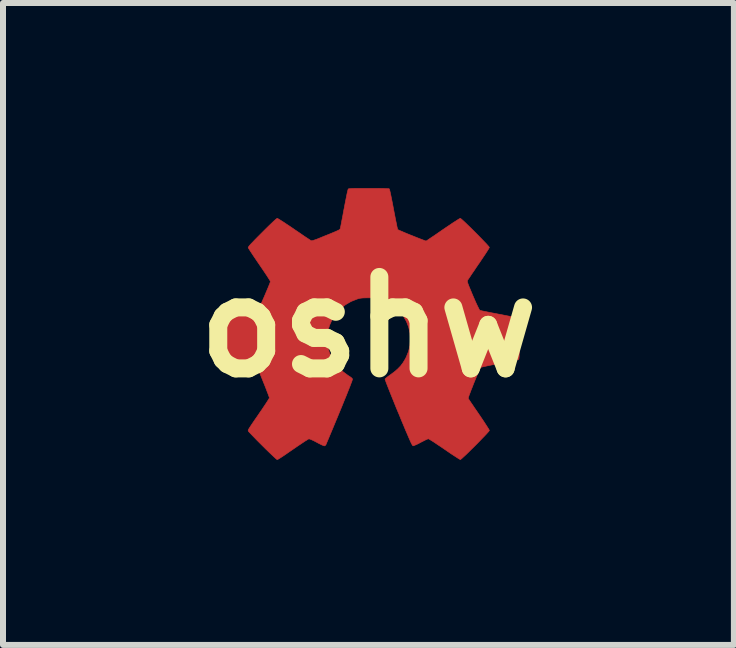
<source format=kicad_pcb>
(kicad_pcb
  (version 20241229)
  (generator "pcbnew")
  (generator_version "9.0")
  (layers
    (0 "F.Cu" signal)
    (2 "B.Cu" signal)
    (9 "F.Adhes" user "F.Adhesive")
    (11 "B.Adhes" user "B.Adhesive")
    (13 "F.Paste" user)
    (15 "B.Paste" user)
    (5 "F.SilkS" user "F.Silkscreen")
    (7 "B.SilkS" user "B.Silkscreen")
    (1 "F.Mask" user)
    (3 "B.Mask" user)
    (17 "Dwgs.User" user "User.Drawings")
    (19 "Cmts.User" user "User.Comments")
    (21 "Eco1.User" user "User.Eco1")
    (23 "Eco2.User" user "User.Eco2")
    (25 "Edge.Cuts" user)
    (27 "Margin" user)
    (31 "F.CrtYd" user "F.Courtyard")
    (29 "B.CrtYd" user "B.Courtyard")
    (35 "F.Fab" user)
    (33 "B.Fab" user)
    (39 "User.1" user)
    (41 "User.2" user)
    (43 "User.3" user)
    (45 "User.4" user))
  (footprint "oshw"
    (layer "F.Cu")
    (at 3.092 2.401)
    (property "Reference" "oshw" (at 0 0 0) (layer "F.SilkS") (effects (font (size 1.524 1.524) (thickness 0.3))))
    (attr through_hole)
    (fp_poly (pts (xy 0.077 -2.311) (xy 0.145 -2.311) (xy 0.207 -2.31) (xy 0.259 -2.309) (xy 0.301 -2.307) (xy 0.33 -2.306) (xy 0.344 -2.305) (xy 0.345 -2.304) (xy 0.35 -2.294) (xy 0.357 -2.269) (xy 0.366 -2.229) (xy 0.377 -2.176) (xy 0.39 -2.111) (xy 0.405 -2.035) (xy 0.418 -1.965) (xy 0.432 -1.892) (xy 0.445 -1.825) (xy 0.457 -1.764) (xy 0.468 -1.712) (xy 0.476 -1.67) (xy 0.483 -1.641) (xy 0.487 -1.627) (xy 0.488 -1.625) (xy 0.498 -1.619) (xy 0.522 -1.608) (xy 0.556 -1.594) (xy 0.599 -1.575) (xy 0.647 -1.555) (xy 0.699 -1.534) (xy 0.752 -1.513) (xy 0.804 -1.492) (xy 0.852 -1.473) (xy 0.895 -1.457) (xy 0.928 -1.444) (xy 0.951 -1.436) (xy 0.961 -1.434) (xy 0.961 -1.434) (xy 0.97 -1.439) (xy 0.991 -1.453) (xy 1.023 -1.475) (xy 1.065 -1.503) (xy 1.114 -1.536) (xy 1.169 -1.574) (xy 1.228 -1.615) (xy 1.243 -1.625) (xy 1.303 -1.666) (xy 1.36 -1.704) (xy 1.411 -1.739) (xy 1.456 -1.767) (xy 1.491 -1.79) (xy 1.516 -1.805) (xy 1.529 -1.812) (xy 1.53 -1.812) (xy 1.54 -1.806) (xy 1.559 -1.79) (xy 1.588 -1.764) (xy 1.623 -1.731) (xy 1.663 -1.692) (xy 1.708 -1.649) (xy 1.754 -1.603) (xy 1.801 -1.556) (xy 1.847 -1.509) (xy 1.891 -1.464) (xy 1.93 -1.423) (xy 1.964 -1.388) (xy 1.99 -1.359) (xy 2.008 -1.338) (xy 2.015 -1.327) (xy 2.015 -1.327) (xy 2.01 -1.317) (xy 1.997 -1.294) (xy 1.976 -1.261) (xy 1.949 -1.219) (xy 1.916 -1.17) (xy 1.879 -1.115) (xy 1.839 -1.055) (xy 1.836 -1.052) (xy 1.795 -0.992) (xy 1.758 -0.936) (xy 1.723 -0.886) (xy 1.695 -0.843) (xy 1.672 -0.809) (xy 1.656 -0.786) (xy 1.649 -0.774) (xy 1.649 -0.774) (xy 1.648 -0.766) (xy 1.65 -0.753) (xy 1.655 -0.733) (xy 1.665 -0.705) (xy 1.68 -0.667) (xy 1.701 -0.617) (xy 1.727 -0.554) (xy 1.741 -0.521) (xy 1.768 -0.459) (xy 1.793 -0.402) (xy 1.815 -0.355) (xy 1.834 -0.317) (xy 1.847 -0.291) (xy 1.855 -0.279) (xy 1.856 -0.278) (xy 1.868 -0.275) (xy 1.894 -0.269) (xy 1.933 -0.261) (xy 1.983 -0.251) (xy 2.041 -0.239) (xy 2.107 -0.227) (xy 2.178 -0.213) (xy 2.186 -0.212) (xy 2.267 -0.196) (xy 2.338 -0.182) (xy 2.399 -0.17) (xy 2.447 -0.159) (xy 2.482 -0.151) (xy 2.503 -0.145) (xy 2.507 -0.142) (xy 2.509 -0.132) (xy 2.51 -0.106) (xy 2.512 -0.067) (xy 2.513 -0.017) (xy 2.514 0.043) (xy 2.514 0.109) (xy 2.514 0.182) (xy 2.514 0.2) (xy 2.514 0.286) (xy 2.514 0.356) (xy 2.514 0.413) (xy 2.513 0.457) (xy 2.512 0.49) (xy 2.51 0.513) (xy 2.508 0.529) (xy 2.505 0.538) (xy 2.503 0.541) (xy 2.492 0.545) (xy 2.466 0.551) (xy 2.428 0.56) (xy 2.379 0.57) (xy 2.321 0.582) (xy 2.256 0.594) (xy 2.187 0.607) (xy 2.11 0.621) (xy 2.041 0.635) (xy 1.982 0.647) (xy 1.933 0.658) (xy 1.897 0.666) (xy 1.875 0.673) (xy 1.87 0.675) (xy 1.863 0.686) (xy 1.851 0.71) (xy 1.836 0.745) (xy 1.817 0.788) (xy 1.796 0.838) (xy 1.774 0.892) (xy 1.751 0.948) (xy 1.73 1.003) (xy 1.709 1.055) (xy 1.692 1.101) (xy 1.677 1.14) (xy 1.667 1.17) (xy 1.663 1.187) (xy 1.663 1.19) (xy 1.668 1.199) (xy 1.682 1.22) (xy 1.704 1.253) (xy 1.732 1.294) (xy 1.764 1.342) (xy 1.802 1.397) (xy 1.841 1.454) (xy 1.881 1.513) (xy 1.918 1.568) (xy 1.95 1.617) (xy 1.977 1.659) (xy 1.998 1.692) (xy 2.011 1.714) (xy 2.015 1.724) (xy 2.009 1.734) (xy 1.993 1.753) (xy 1.967 1.782) (xy 1.934 1.817) (xy 1.895 1.857) (xy 1.852 1.902) (xy 1.807 1.948) (xy 1.76 1.995) (xy 1.713 2.041) (xy 1.669 2.085) (xy 1.628 2.125) (xy 1.592 2.158) (xy 1.563 2.185) (xy 1.542 2.203) (xy 1.532 2.21) (xy 1.531 2.21) (xy 1.522 2.205) (xy 1.499 2.192) (xy 1.467 2.171) (xy 1.425 2.144) (xy 1.376 2.112) (xy 1.322 2.075) (xy 1.265 2.036) (xy 1.207 1.996) (xy 1.152 1.96) (xy 1.104 1.927) (xy 1.062 1.9) (xy 1.029 1.88) (xy 1.008 1.867) (xy 0.998 1.863) (xy 0.986 1.867) (xy 0.961 1.877) (xy 0.929 1.893) (xy 0.89 1.913) (xy 0.872 1.922) (xy 0.83 1.945) (xy 0.793 1.962) (xy 0.764 1.974) (xy 0.746 1.98) (xy 0.743 1.98) (xy 0.739 1.977) (xy 0.733 1.971) (xy 0.726 1.959) (xy 0.716 1.941) (xy 0.704 1.916) (xy 0.689 1.882) (xy 0.67 1.839) (xy 0.647 1.785) (xy 0.619 1.721) (xy 0.587 1.643) (xy 0.549 1.553) (xy 0.506 1.447) (xy 0.498 1.429) (xy 0.46 1.338) (xy 0.425 1.251) (xy 0.392 1.169) (xy 0.362 1.095) (xy 0.336 1.029) (xy 0.314 0.973) (xy 0.296 0.927) (xy 0.284 0.893) (xy 0.277 0.873) (xy 0.276 0.868) (xy 0.285 0.858) (xy 0.305 0.841) (xy 0.332 0.82) (xy 0.359 0.801) (xy 0.429 0.749) (xy 0.486 0.7) (xy 0.534 0.651) (xy 0.574 0.598) (xy 0.61 0.539) (xy 0.628 0.505) (xy 0.668 0.407) (xy 0.692 0.307) (xy 0.7 0.205) (xy 0.693 0.103) (xy 0.67 0.003) (xy 0.633 -0.093) (xy 0.581 -0.184) (xy 0.515 -0.267) (xy 0.509 -0.273) (xy 0.43 -0.345) (xy 0.341 -0.404) (xy 0.242 -0.45) (xy 0.194 -0.467) (xy 0.167 -0.475) (xy 0.14 -0.481) (xy 0.111 -0.484) (xy 0.076 -0.486) (xy 0.029 -0.487) (xy 0.004 -0.487) (xy -0.048 -0.486) (xy -0.088 -0.485) (xy -0.12 -0.482) (xy -0.147 -0.478) (xy -0.174 -0.471) (xy -0.186 -0.467) (xy -0.29 -0.426) (xy -0.383 -0.372) (xy -0.467 -0.305) (xy -0.539 -0.227) (xy -0.598 -0.137) (xy -0.614 -0.106) (xy -0.649 -0.028) (xy -0.671 0.046) (xy -0.684 0.122) (xy -0.687 0.203) (xy -0.679 0.312) (xy -0.655 0.415) (xy -0.616 0.513) (xy -0.561 0.603) (xy -0.493 0.683) (xy -0.463 0.712) (xy -0.424 0.745) (xy -0.38 0.778) (xy -0.338 0.809) (xy -0.302 0.832) (xy -0.298 0.835) (xy -0.279 0.85) (xy -0.267 0.865) (xy -0.266 0.868) (xy -0.269 0.879) (xy -0.277 0.905) (xy -0.292 0.944) (xy -0.312 0.997) (xy -0.338 1.062) (xy -0.368 1.138) (xy -0.404 1.225) (xy -0.443 1.322) (xy -0.482 1.416) (xy -0.519 1.506) (xy -0.555 1.592) (xy -0.588 1.672) (xy -0.619 1.746) (xy -0.646 1.81) (xy -0.669 1.866) (xy -0.688 1.91) (xy -0.701 1.942) (xy -0.709 1.961) (xy -0.711 1.964) (xy -0.725 1.978) (xy -0.736 1.981) (xy -0.749 1.977) (xy -0.774 1.967) (xy -0.807 1.951) (xy -0.846 1.931) (xy -0.864 1.921) (xy -0.914 1.895) (xy -0.953 1.877) (xy -0.98 1.867) (xy -0.994 1.865) (xy -1.006 1.87) (xy -1.029 1.885) (xy -1.062 1.905) (xy -1.102 1.932) (xy -1.148 1.963) (xy -1.177 1.982) (xy -1.255 2.036) (xy -1.321 2.081) (xy -1.374 2.118) (xy -1.418 2.148) (xy -1.452 2.17) (xy -1.478 2.187) (xy -1.497 2.198) (xy -1.51 2.206) (xy -1.519 2.209) (xy -1.523 2.21) (xy -1.531 2.204) (xy -1.551 2.187) (xy -1.579 2.161) (xy -1.615 2.127) (xy -1.658 2.086) (xy -1.706 2.04) (xy -1.757 1.989) (xy -1.767 1.979) (xy -1.819 1.927) (xy -1.867 1.879) (xy -1.909 1.835) (xy -1.946 1.797) (xy -1.974 1.767) (xy -1.994 1.746) (xy -2.002 1.735) (xy -2.003 1.734) (xy -2.004 1.729) (xy -2.005 1.724) (xy -2.004 1.717) (xy -2 1.708) (xy -1.992 1.694) (xy -1.98 1.675) (xy -1.963 1.649) (xy -1.94 1.614) (xy -1.91 1.57) (xy -1.872 1.515) (xy -1.825 1.447) (xy -1.821 1.44) (xy -1.781 1.383) (xy -1.745 1.329) (xy -1.713 1.281) (xy -1.687 1.241) (xy -1.667 1.209) (xy -1.655 1.189) (xy -1.651 1.181) (xy -1.654 1.17) (xy -1.663 1.146) (xy -1.676 1.11) (xy -1.694 1.064) (xy -1.714 1.011) (xy -1.738 0.951) (xy -1.75 0.922) (xy -1.779 0.849) (xy -1.803 0.79) (xy -1.823 0.745) (xy -1.838 0.711) (xy -1.85 0.688) (xy -1.859 0.674) (xy -1.866 0.668) (xy -1.878 0.665) (xy -1.905 0.659) (xy -1.945 0.651) (xy -1.995 0.641) (xy -2.054 0.63) (xy -2.119 0.618) (xy -2.183 0.606) (xy -2.253 0.593) (xy -2.317 0.58) (xy -2.375 0.569) (xy -2.423 0.559) (xy -2.46 0.55) (xy -2.485 0.544) (xy -2.495 0.541) (xy -2.498 0.536) (xy -2.5 0.524) (xy -2.502 0.505) (xy -2.504 0.478) (xy -2.505 0.439) (xy -2.505 0.389) (xy -2.506 0.326) (xy -2.506 0.248) (xy -2.506 0.198) (xy -2.506 -0.135) (xy -2.487 -0.147) (xy -2.475 -0.151) (xy -2.447 -0.158) (xy -2.408 -0.167) (xy -2.357 -0.177) (xy -2.298 -0.189) (xy -2.232 -0.202) (xy -2.161 -0.215) (xy -2.159 -0.215) (xy -2.089 -0.228) (xy -2.023 -0.241) (xy -1.965 -0.253) (xy -1.915 -0.263) (xy -1.877 -0.272) (xy -1.851 -0.278) (xy -1.839 -0.282) (xy -1.839 -0.282) (xy -1.833 -0.293) (xy -1.822 -0.316) (xy -1.806 -0.351) (xy -1.786 -0.394) (xy -1.765 -0.443) (xy -1.742 -0.495) (xy -1.719 -0.549) (xy -1.697 -0.601) (xy -1.676 -0.65) (xy -1.659 -0.692) (xy -1.645 -0.726) (xy -1.637 -0.75) (xy -1.634 -0.759) (xy -1.639 -0.769) (xy -1.652 -0.791) (xy -1.673 -0.824) (xy -1.7 -0.866) (xy -1.733 -0.915) (xy -1.77 -0.97) (xy -1.811 -1.03) (xy -1.817 -1.039) (xy -1.858 -1.099) (xy -1.896 -1.155) (xy -1.93 -1.206) (xy -1.959 -1.25) (xy -1.982 -1.285) (xy -1.997 -1.309) (xy -2.004 -1.322) (xy -2.005 -1.322) (xy -2.003 -1.329) (xy -1.996 -1.341) (xy -1.983 -1.358) (xy -1.962 -1.382) (xy -1.932 -1.413) (xy -1.894 -1.453) (xy -1.845 -1.503) (xy -1.785 -1.563) (xy -1.773 -1.575) (xy -1.713 -1.635) (xy -1.659 -1.688) (xy -1.613 -1.732) (xy -1.575 -1.768) (xy -1.547 -1.793) (xy -1.528 -1.808) (xy -1.521 -1.812) (xy -1.511 -1.807) (xy -1.488 -1.794) (xy -1.455 -1.773) (xy -1.412 -1.746) (xy -1.363 -1.713) (xy -1.307 -1.676) (xy -1.248 -1.636) (xy -1.242 -1.631) (xy -1.181 -1.59) (xy -1.125 -1.552) (xy -1.075 -1.517) (xy -1.031 -1.488) (xy -0.996 -1.465) (xy -0.972 -1.449) (xy -0.96 -1.441) (xy -0.959 -1.441) (xy -0.952 -1.438) (xy -0.941 -1.439) (xy -0.925 -1.442) (xy -0.902 -1.45) (xy -0.869 -1.461) (xy -0.826 -1.478) (xy -0.77 -1.501) (xy -0.731 -1.517) (xy -0.661 -1.545) (xy -0.605 -1.568) (xy -0.562 -1.586) (xy -0.53 -1.6) (xy -0.506 -1.611) (xy -0.49 -1.619) (xy -0.48 -1.626) (xy -0.475 -1.632) (xy -0.471 -1.638) (xy -0.47 -1.642) (xy -0.467 -1.654) (xy -0.462 -1.68) (xy -0.454 -1.72) (xy -0.445 -1.77) (xy -0.433 -1.829) (xy -0.421 -1.895) (xy -0.408 -1.966) (xy -0.406 -1.973) (xy -0.393 -2.044) (xy -0.38 -2.11) (xy -0.368 -2.17) (xy -0.358 -2.22) (xy -0.349 -2.26) (xy -0.342 -2.287) (xy -0.338 -2.299) (xy -0.338 -2.3) (xy -0.333 -2.303) (xy -0.322 -2.305) (xy -0.305 -2.307) (xy -0.279 -2.309) (xy -0.243 -2.31) (xy -0.196 -2.311) (xy -0.136 -2.311) (xy -0.061 -2.311) (xy 0.003 -2.311) (xy 0.077 -2.311)) (stroke (width 0.01) (type solid)) (fill yes) (layer "F.Cu"))
    (fp_poly (pts (xy 0.086 -2.396) (xy 0.163 -2.395) (xy 0.234 -2.395) (xy 0.297 -2.394) (xy 0.349 -2.393) (xy 0.39 -2.392) (xy 0.417 -2.39) (xy 0.43 -2.389) (xy 0.43 -2.389) (xy 0.434 -2.379) (xy 0.441 -2.353) (xy 0.45 -2.313) (xy 0.462 -2.26) (xy 0.475 -2.195) (xy 0.489 -2.119) (xy 0.5 -2.061) (xy 0.514 -1.989) (xy 0.526 -1.921) (xy 0.538 -1.861) (xy 0.548 -1.809) (xy 0.557 -1.767) (xy 0.563 -1.738) (xy 0.566 -1.723) (xy 0.567 -1.722) (xy 0.574 -1.714) (xy 0.591 -1.703) (xy 0.619 -1.689) (xy 0.66 -1.67) (xy 0.715 -1.647) (xy 0.754 -1.631) (xy 0.811 -1.607) (xy 0.855 -1.59) (xy 0.888 -1.577) (xy 0.911 -1.569) (xy 0.927 -1.565) (xy 0.939 -1.565) (xy 0.947 -1.567) (xy 0.954 -1.571) (xy 0.956 -1.572) (xy 0.968 -1.58) (xy 0.992 -1.596) (xy 1.027 -1.62) (xy 1.07 -1.649) (xy 1.119 -1.683) (xy 1.173 -1.72) (xy 1.204 -1.741) (xy 1.43 -1.897) (xy 1.63 -1.897) (xy 1.865 -1.662) (xy 2.1 -1.427) (xy 2.1 -1.227) (xy 1.934 -0.985) (xy 1.767 -0.744) (xy 1.847 -0.557) (xy 1.87 -0.503) (xy 1.892 -0.455) (xy 1.911 -0.415) (xy 1.927 -0.384) (xy 1.937 -0.367) (xy 1.941 -0.363) (xy 1.952 -0.36) (xy 1.978 -0.354) (xy 2.017 -0.346) (xy 2.067 -0.336) (xy 2.126 -0.324) (xy 2.192 -0.311) (xy 2.263 -0.298) (xy 2.27 -0.296) (xy 2.352 -0.281) (xy 2.423 -0.267) (xy 2.484 -0.254) (xy 2.532 -0.244) (xy 2.567 -0.235) (xy 2.587 -0.229) (xy 2.592 -0.227) (xy 2.593 -0.216) (xy 2.595 -0.191) (xy 2.596 -0.151) (xy 2.597 -0.1) (xy 2.598 -0.039) (xy 2.598 0.031) (xy 2.599 0.108) (xy 2.599 0.19) (xy 2.599 0.2) (xy 2.599 0.297) (xy 2.599 0.378) (xy 2.599 0.445) (xy 2.598 0.499) (xy 2.597 0.542) (xy 2.596 0.574) (xy 2.594 0.597) (xy 2.592 0.613) (xy 2.59 0.622) (xy 2.587 0.626) (xy 2.576 0.63) (xy 2.551 0.636) (xy 2.513 0.644) (xy 2.463 0.655) (xy 2.405 0.666) (xy 2.34 0.679) (xy 2.272 0.692) (xy 2.195 0.706) (xy 2.127 0.72) (xy 2.067 0.732) (xy 2.019 0.742) (xy 1.982 0.751) (xy 1.96 0.757) (xy 1.954 0.76) (xy 1.948 0.77) (xy 1.936 0.794) (xy 1.921 0.828) (xy 1.903 0.869) (xy 1.883 0.916) (xy 1.863 0.965) (xy 1.843 1.014) (xy 1.825 1.06) (xy 1.809 1.101) (xy 1.797 1.134) (xy 1.79 1.157) (xy 1.788 1.166) (xy 1.793 1.175) (xy 1.807 1.195) (xy 1.828 1.227) (xy 1.855 1.267) (xy 1.887 1.314) (xy 1.923 1.366) (xy 1.945 1.399) (xy 2.1 1.624) (xy 2.1 1.825) (xy 1.864 2.06) (xy 1.629 2.294) (xy 1.433 2.294) (xy 1.211 2.142) (xy 0.989 1.989) (xy 0.918 2.028) (xy 0.847 2.066) (xy 0.744 2.064) (xy 0.64 2.062) (xy 0.187 0.969) (xy 0.187 0.883) (xy 0.187 0.846) (xy 0.188 0.813) (xy 0.19 0.791) (xy 0.191 0.784) (xy 0.2 0.774) (xy 0.22 0.757) (xy 0.247 0.735) (xy 0.274 0.716) (xy 0.344 0.665) (xy 0.401 0.616) (xy 0.448 0.568) (xy 0.488 0.516) (xy 0.524 0.457) (xy 0.547 0.412) (xy 0.581 0.332) (xy 0.6 0.261) (xy 0.606 0.196) (xy 0.602 0.154) (xy 0.575 0.055) (xy 0.533 -0.039) (xy 0.477 -0.126) (xy 0.408 -0.205) (xy 0.327 -0.274) (xy 0.236 -0.33) (xy 0.224 -0.337) (xy 0.161 -0.364) (xy 0.098 -0.385) (xy 0.039 -0.397) (xy 0.004 -0.399) (xy -0.062 -0.392) (xy -0.134 -0.372) (xy -0.207 -0.34) (xy -0.28 -0.298) (xy -0.35 -0.248) (xy -0.412 -0.191) (xy -0.451 -0.148) (xy -0.489 -0.095) (xy -0.524 -0.031) (xy -0.556 0.038) (xy -0.579 0.105) (xy -0.585 0.126) (xy -0.594 0.17) (xy -0.597 0.21) (xy -0.593 0.251) (xy -0.582 0.297) (xy -0.563 0.352) (xy -0.558 0.365) (xy -0.514 0.458) (xy -0.456 0.544) (xy -0.384 0.622) (xy -0.296 0.695) (xy -0.237 0.735) (xy -0.212 0.752) (xy -0.193 0.766) (xy -0.184 0.774) (xy -0.182 0.786) (xy -0.18 0.811) (xy -0.178 0.845) (xy -0.178 0.876) (xy -0.178 0.97) (xy -0.398 1.501) (xy -0.435 1.591) (xy -0.471 1.677) (xy -0.504 1.757) (xy -0.534 1.83) (xy -0.562 1.895) (xy -0.585 1.95) (xy -0.603 1.995) (xy -0.617 2.027) (xy -0.625 2.045) (xy -0.627 2.049) (xy -0.632 2.056) (xy -0.64 2.061) (xy -0.656 2.064) (xy -0.68 2.065) (xy -0.717 2.066) (xy -0.736 2.066) (xy -0.836 2.066) (xy -0.908 2.028) (xy -0.979 1.99) (xy -1.118 2.085) (xy -1.168 2.12) (xy -1.22 2.155) (xy -1.27 2.189) (xy -1.313 2.219) (xy -1.341 2.238) (xy -1.425 2.294) (xy -1.621 2.294) (xy -1.856 2.059) (xy -2.091 1.824) (xy -2.091 1.726) (xy -2.091 1.684) (xy -2.09 1.654) (xy -2.087 1.633) (xy -2.082 1.617) (xy -2.074 1.602) (xy -2.063 1.586) (xy -2.051 1.568) (xy -2.03 1.538) (xy -2.004 1.499) (xy -1.972 1.454) (xy -1.938 1.403) (xy -1.907 1.357) (xy -1.872 1.307) (xy -1.842 1.261) (xy -1.816 1.222) (xy -1.796 1.19) (xy -1.783 1.168) (xy -1.778 1.159) (xy -1.781 1.148) (xy -1.79 1.124) (xy -1.803 1.088) (xy -1.82 1.044) (xy -1.84 0.994) (xy -1.855 0.954) (xy -1.882 0.889) (xy -1.903 0.839) (xy -1.92 0.801) (xy -1.933 0.775) (xy -1.943 0.76) (xy -1.951 0.753) (xy -1.951 0.753) (xy -1.963 0.75) (xy -1.99 0.744) (xy -2.029 0.736) (xy -2.08 0.726) (xy -2.138 0.715) (xy -2.204 0.702) (xy -2.268 0.69) (xy -2.338 0.677) (xy -2.402 0.665) (xy -2.459 0.653) (xy -2.508 0.643) (xy -2.545 0.635) (xy -2.57 0.629) (xy -2.579 0.626) (xy -2.582 0.621) (xy -2.584 0.61) (xy -2.586 0.592) (xy -2.588 0.566) (xy -2.589 0.531) (xy -2.59 0.484) (xy -2.59 0.426) (xy -2.591 0.353) (xy -2.591 0.266) (xy -2.591 0.198) (xy -2.591 -0.22) (xy -2.572 -0.231) (xy -2.559 -0.236) (xy -2.532 -0.242) (xy -2.492 -0.251) (xy -2.442 -0.262) (xy -2.382 -0.274) (xy -2.316 -0.286) (xy -2.246 -0.3) (xy -2.244 -0.3) (xy -2.173 -0.313) (xy -2.108 -0.326) (xy -2.049 -0.337) (xy -2 -0.348) (xy -1.961 -0.356) (xy -1.936 -0.363) (xy -1.924 -0.367) (xy -1.924 -0.367) (xy -1.918 -0.377) (xy -1.907 -0.4) (xy -1.891 -0.434) (xy -1.873 -0.474) (xy -1.853 -0.52) (xy -1.832 -0.567) (xy -1.812 -0.614) (xy -1.794 -0.657) (xy -1.778 -0.694) (xy -1.767 -0.722) (xy -1.762 -0.738) (xy -1.761 -0.741) (xy -1.766 -0.749) (xy -1.779 -0.771) (xy -1.8 -0.802) (xy -1.826 -0.843) (xy -1.859 -0.891) (xy -1.895 -0.944) (xy -1.926 -0.99) (xy -2.091 -1.23) (xy -2.091 -1.426) (xy -1.857 -1.661) (xy -1.622 -1.897) (xy -1.421 -1.897) (xy -1.208 -1.751) (xy -1.153 -1.713) (xy -1.101 -1.678) (xy -1.054 -1.645) (xy -1.014 -1.618) (xy -0.983 -1.597) (xy -0.964 -1.583) (xy -0.96 -1.581) (xy -0.926 -1.557) (xy -0.765 -1.622) (xy -0.704 -1.647) (xy -0.656 -1.667) (xy -0.62 -1.682) (xy -0.594 -1.694) (xy -0.576 -1.703) (xy -0.565 -1.711) (xy -0.559 -1.717) (xy -0.556 -1.724) (xy -0.555 -1.727) (xy -0.552 -1.738) (xy -0.547 -1.765) (xy -0.539 -1.804) (xy -0.529 -1.854) (xy -0.518 -1.913) (xy -0.506 -1.979) (xy -0.492 -2.05) (xy -0.491 -2.058) (xy -0.478 -2.129) (xy -0.465 -2.195) (xy -0.453 -2.254) (xy -0.442 -2.305) (xy -0.434 -2.344) (xy -0.427 -2.371) (xy -0.423 -2.384) (xy -0.423 -2.384) (xy -0.418 -2.387) (xy -0.408 -2.389) (xy -0.392 -2.391) (xy -0.368 -2.393) (xy -0.334 -2.394) (xy -0.291 -2.395) (xy -0.235 -2.395) (xy -0.166 -2.396) (xy -0.083 -2.396) (xy 0.003 -2.396) (xy 0.086 -2.396)) (stroke (width 0.01) (type solid)) (fill yes) (layer "F.Mask")))
  (gr_rect
    (start -3 -3)
    (end 9.183 7.7)
    (stroke (width 0.1) (type default))
    (fill no)
    (layer "Edge.Cuts")))
</source>
